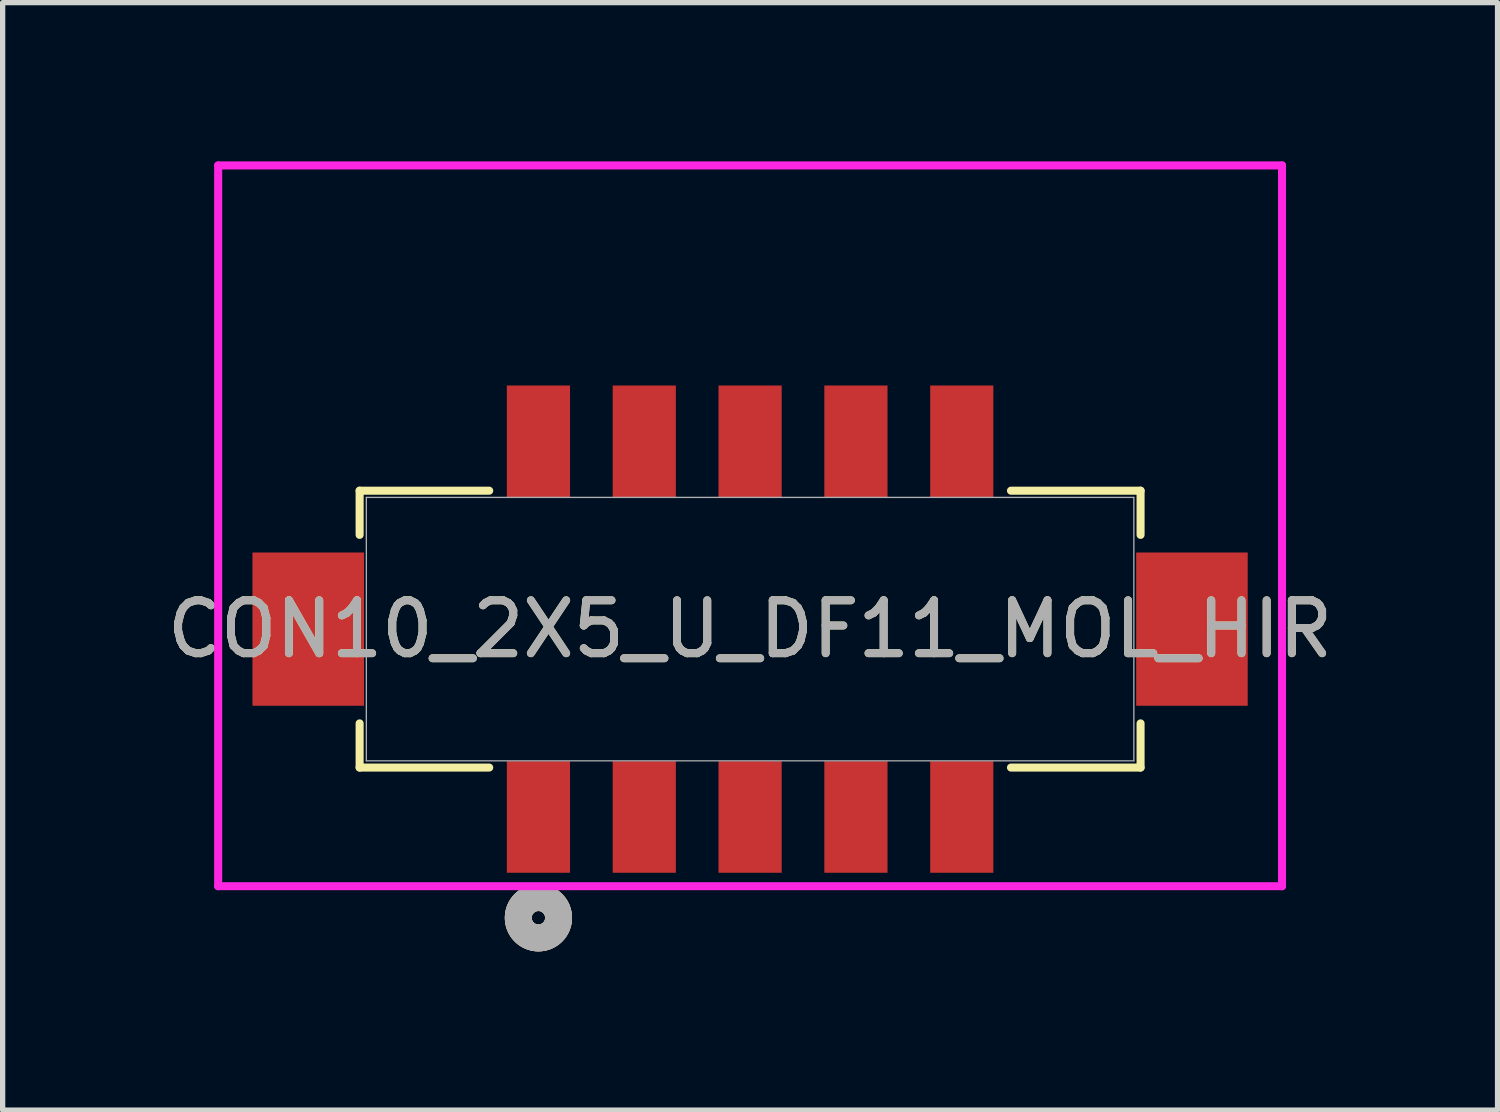
<source format=kicad_pcb>
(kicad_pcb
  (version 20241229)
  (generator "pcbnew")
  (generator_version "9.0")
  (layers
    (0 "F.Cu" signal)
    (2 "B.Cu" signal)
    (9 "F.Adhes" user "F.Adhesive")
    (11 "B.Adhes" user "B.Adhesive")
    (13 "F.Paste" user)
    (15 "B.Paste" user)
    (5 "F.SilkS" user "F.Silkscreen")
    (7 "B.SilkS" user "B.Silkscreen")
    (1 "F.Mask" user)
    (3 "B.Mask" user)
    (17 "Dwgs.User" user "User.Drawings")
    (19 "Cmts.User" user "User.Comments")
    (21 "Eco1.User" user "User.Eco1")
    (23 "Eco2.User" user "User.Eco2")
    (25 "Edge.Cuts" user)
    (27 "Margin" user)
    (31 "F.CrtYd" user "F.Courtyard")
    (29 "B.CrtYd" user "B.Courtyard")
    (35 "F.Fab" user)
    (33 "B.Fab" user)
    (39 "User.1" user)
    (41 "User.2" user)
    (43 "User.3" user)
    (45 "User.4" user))
  (footprint "CON10_2X5_U_DF11_MOL_HIR"
    (layer "F.Cu")
    (at 11.125 8.839)
    (property "Reference" "CON10_2X5_U_DF11_MOL_HIR" (at 0 0 0) (unlocked yes) (layer "F.SilkS") (effects (font (size 1 1) (thickness 0.15))))
    (attr smd)
    (fp_line (start -7.379 -2.616) (end -7.379 -1.781) (stroke (width 0.152) (type solid)) (layer "F.SilkS"))
    (fp_line (start -7.379 1.781) (end -7.379 2.616) (stroke (width 0.152) (type solid)) (layer "F.SilkS"))
    (fp_line (start -7.379 2.616) (end -4.93 2.616) (stroke (width 0.152) (type solid)) (layer "F.SilkS"))
    (fp_line (start -4.93 -2.616) (end -7.379 -2.616) (stroke (width 0.152) (type solid)) (layer "F.SilkS"))
    (fp_line (start 4.93 2.616) (end 7.379 2.616) (stroke (width 0.152) (type solid)) (layer "F.SilkS"))
    (fp_line (start 7.379 -2.616) (end 4.93 -2.616) (stroke (width 0.152) (type solid)) (layer "F.SilkS"))
    (fp_line (start 7.379 -1.781) (end 7.379 -2.616) (stroke (width 0.152) (type solid)) (layer "F.SilkS"))
    (fp_line (start 7.379 2.616) (end 7.379 1.781) (stroke (width 0.152) (type solid)) (layer "F.SilkS"))
    (fp_arc (start -3.82878 5.114641) (mid -3.675657 5.255093) (end -3.619 5.455) (stroke (width 0.508) (type solid)) (layer "F.SilkS"))
    (fp_arc (start -3.619 5.455) (mid -4.199907 5.779343) (end -4.171219 5.114641) (stroke (width 0.508) (type solid)) (layer "F.SilkS"))
    (fp_circle (center -4 5.455) (end -3.619 5.455) (stroke (width 0.508) (type solid)) (fill no) (layer "B.SilkS"))
    (fp_line (start -10.052 -8.763) (end -10.052 4.858) (stroke (width 0.152) (type solid)) (layer "F.CrtYd"))
    (fp_line (start -10.052 4.858) (end 10.052 4.858) (stroke (width 0.152) (type solid)) (layer "F.CrtYd"))
    (fp_line (start 10.052 -8.763) (end -10.052 -8.763) (stroke (width 0.152) (type solid)) (layer "F.CrtYd"))
    (fp_line (start 10.052 4.858) (end 10.052 -8.763) (stroke (width 0.152) (type solid)) (layer "F.CrtYd"))
    (fp_line (start -7.252 -2.489) (end -7.252 2.489) (stroke (width 0.025) (type solid)) (layer "F.Fab"))
    (fp_line (start -7.252 2.489) (end 7.252 2.489) (stroke (width 0.025) (type solid)) (layer "F.Fab"))
    (fp_line (start 7.252 -2.489) (end -7.252 -2.489) (stroke (width 0.025) (type solid)) (layer "F.Fab"))
    (fp_line (start 7.252 2.489) (end 7.252 -2.489) (stroke (width 0.025) (type solid)) (layer "F.Fab"))
    (fp_circle (center -4 5.455) (end -3.619 5.455) (stroke (width 0.508) (type solid)) (fill no) (layer "F.Fab"))
    (fp_text user "${REFERENCE}" (at 0 0 0) (unlocked yes) (layer "F.Fab") (effects (font (size 1 1) (thickness 0.15))))
    (pad "1" smd rect (at -4 3.55) (size 1.194 2.108) (layers "F.Cu" "F.Mask" "F.Paste"))
    (pad "2" smd rect (at -4 -3.55) (size 1.194 2.108) (layers "F.Cu" "F.Mask" "F.Paste"))
    (pad "3" smd rect (at -2 3.55) (size 1.194 2.108) (layers "F.Cu" "F.Mask" "F.Paste"))
    (pad "4" smd rect (at -2 -3.55) (size 1.194 2.108) (layers "F.Cu" "F.Mask" "F.Paste"))
    (pad "5" smd rect (at 0 3.55) (size 1.194 2.108) (layers "F.Cu" "F.Mask" "F.Paste"))
    (pad "6" smd rect (at 0 -3.55) (size 1.194 2.108) (layers "F.Cu" "F.Mask" "F.Paste"))
    (pad "7" smd rect (at 2 3.55) (size 1.194 2.108) (layers "F.Cu" "F.Mask" "F.Paste"))
    (pad "8" smd rect (at 2 -3.55) (size 1.194 2.108) (layers "F.Cu" "F.Mask" "F.Paste"))
    (pad "9" smd rect (at 4 3.55) (size 1.194 2.108) (layers "F.Cu" "F.Mask" "F.Paste"))
    (pad "10" smd rect (at 4 -3.55) (size 1.194 2.108) (layers "F.Cu" "F.Mask" "F.Paste"))
    (pad "11" smd rect (at -8.35 0) (size 2.108 2.896) (layers "F.Cu" "F.Mask" "F.Paste"))
    (pad "12" smd rect (at 8.35 0) (size 2.108 2.896) (layers "F.Cu" "F.Mask" "F.Paste")))
  (gr_rect
    (start -3 -3)
    (end 25.25 17.929)
    (stroke (width 0.1) (type default))
    (fill no)
    (layer "Edge.Cuts")))
</source>
